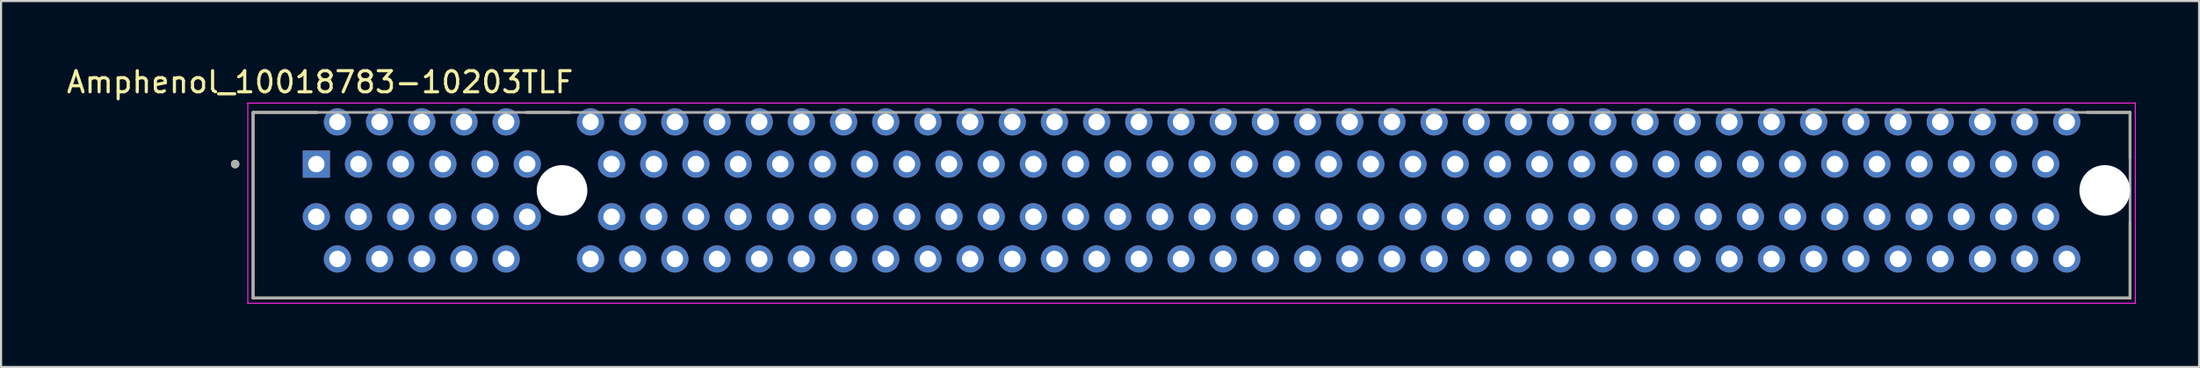
<source format=kicad_pcb>
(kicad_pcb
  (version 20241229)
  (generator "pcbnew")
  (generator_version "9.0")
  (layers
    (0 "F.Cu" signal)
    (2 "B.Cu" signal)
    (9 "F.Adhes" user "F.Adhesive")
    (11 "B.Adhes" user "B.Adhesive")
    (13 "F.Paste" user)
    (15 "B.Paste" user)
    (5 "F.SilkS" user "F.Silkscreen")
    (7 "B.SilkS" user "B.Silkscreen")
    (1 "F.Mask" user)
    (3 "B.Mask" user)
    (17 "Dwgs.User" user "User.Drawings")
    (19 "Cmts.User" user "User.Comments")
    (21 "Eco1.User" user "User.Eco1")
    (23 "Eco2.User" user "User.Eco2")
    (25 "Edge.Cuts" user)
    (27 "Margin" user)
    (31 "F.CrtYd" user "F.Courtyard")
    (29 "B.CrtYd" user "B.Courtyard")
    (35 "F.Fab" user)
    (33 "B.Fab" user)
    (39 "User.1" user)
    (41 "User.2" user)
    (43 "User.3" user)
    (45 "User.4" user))
  (footprint "Amphenol_10018783-10203TLF"
    (layer "F.Cu")
    (at 23.6 5.983)
    (property "Reference" "Amphenol_10018783-10203TLF" (at -11.475 -5.135 0) (layer "F.SilkS") (effects (font (size 1 1) (thickness 0.15))))
    (attr through_hole)
    (fp_line (start -14.65 -3.7) (end -11.614 -3.7) (stroke (width 0.127) (type solid)) (layer "F.SilkS"))
    (fp_line (start -14.65 5.1) (end -14.65 -3.7) (stroke (width 0.127) (type solid)) (layer "F.SilkS"))
    (fp_line (start -1.686 -3.7) (end 0.386 -3.7) (stroke (width 0.127) (type solid)) (layer "F.SilkS"))
    (fp_line (start 72.314 -3.7) (end 74.35 -3.7) (stroke (width 0.127) (type solid)) (layer "F.SilkS"))
    (fp_line (start 74.35 -3.7) (end 74.35 -1.52) (stroke (width 0.127) (type solid)) (layer "F.SilkS"))
    (fp_line (start 74.35 5.1) (end -14.65 5.1) (stroke (width 0.127) (type solid)) (layer "F.SilkS"))
    (fp_line (start 74.35 5.1) (end 74.35 1.52) (stroke (width 0.127) (type solid)) (layer "F.SilkS"))
    (fp_circle (center -15.5 -1.25) (end -15.4 -1.25) (stroke (width 0.2) (type solid)) (fill no) (layer "F.SilkS"))
    (fp_line (start -14.9 -4.144) (end -14.9 5.35) (stroke (width 0.05) (type solid)) (layer "F.CrtYd"))
    (fp_line (start -14.9 5.35) (end 74.6 5.35) (stroke (width 0.05) (type solid)) (layer "F.CrtYd"))
    (fp_line (start 74.6 -4.144) (end -14.9 -4.144) (stroke (width 0.05) (type solid)) (layer "F.CrtYd"))
    (fp_line (start 74.6 5.35) (end 74.6 -4.144) (stroke (width 0.05) (type solid)) (layer "F.CrtYd"))
    (fp_line (start -14.65 -3.7) (end 74.35 -3.7) (stroke (width 0.127) (type solid)) (layer "F.Fab"))
    (fp_line (start -14.65 5.1) (end -14.65 -3.7) (stroke (width 0.127) (type solid)) (layer "F.Fab"))
    (fp_line (start 74.35 -3.7) (end 74.35 5.1) (stroke (width 0.127) (type solid)) (layer "F.Fab"))
    (fp_line (start 74.35 5.1) (end -14.65 5.1) (stroke (width 0.127) (type solid)) (layer "F.Fab"))
    (fp_circle (center -15.5 -1.25) (end -15.4 -1.25) (stroke (width 0.2) (type solid)) (fill no) (layer "F.Fab"))
    (pad "" np_thru_hole circle (at 0 0) (size 2.4 2.4) (drill 2.4) (layers "*.Cu" "*.Mask"))
    (pad "" np_thru_hole circle (at 73.15 0) (size 2.4 2.4) (drill 2.4) (layers "*.Cu" "*.Mask"))
    (pad "A1" thru_hole rect (at -11.65 -1.25) (size 1.288 1.288) (drill 0.78) (layers "*.Cu" "*.Mask"))
    (pad "A2" thru_hole circle (at -10.65 -3.25) (size 1.288 1.288) (drill 0.78) (layers "*.Cu" "*.Mask"))
    (pad "A3" thru_hole circle (at -9.65 -1.25) (size 1.288 1.288) (drill 0.78) (layers "*.Cu" "*.Mask"))
    (pad "A4" thru_hole circle (at -8.65 -3.25) (size 1.288 1.288) (drill 0.78) (layers "*.Cu" "*.Mask"))
    (pad "A5" thru_hole circle (at -7.65 -1.25) (size 1.288 1.288) (drill 0.78) (layers "*.Cu" "*.Mask"))
    (pad "A6" thru_hole circle (at -6.65 -3.25) (size 1.288 1.288) (drill 0.78) (layers "*.Cu" "*.Mask"))
    (pad "A7" thru_hole circle (at -5.65 -1.25) (size 1.288 1.288) (drill 0.78) (layers "*.Cu" "*.Mask"))
    (pad "A8" thru_hole circle (at -4.65 -3.25) (size 1.288 1.288) (drill 0.78) (layers "*.Cu" "*.Mask"))
    (pad "A9" thru_hole circle (at -3.65 -1.25) (size 1.288 1.288) (drill 0.78) (layers "*.Cu" "*.Mask"))
    (pad "A10" thru_hole circle (at -2.65 -3.25) (size 1.288 1.288) (drill 0.78) (layers "*.Cu" "*.Mask"))
    (pad "A11" thru_hole circle (at -1.65 -1.25) (size 1.288 1.288) (drill 0.78) (layers "*.Cu" "*.Mask"))
    (pad "A12" thru_hole circle (at 1.35 -3.25) (size 1.288 1.288) (drill 0.78) (layers "*.Cu" "*.Mask"))
    (pad "A13" thru_hole circle (at 2.35 -1.25) (size 1.288 1.288) (drill 0.78) (layers "*.Cu" "*.Mask"))
    (pad "A14" thru_hole circle (at 3.35 -3.25) (size 1.288 1.288) (drill 0.78) (layers "*.Cu" "*.Mask"))
    (pad "A15" thru_hole circle (at 4.35 -1.25) (size 1.288 1.288) (drill 0.78) (layers "*.Cu" "*.Mask"))
    (pad "A16" thru_hole circle (at 5.35 -3.25) (size 1.288 1.288) (drill 0.78) (layers "*.Cu" "*.Mask"))
    (pad "A17" thru_hole circle (at 6.35 -1.25) (size 1.288 1.288) (drill 0.78) (layers "*.Cu" "*.Mask"))
    (pad "A18" thru_hole circle (at 7.35 -3.25) (size 1.288 1.288) (drill 0.78) (layers "*.Cu" "*.Mask"))
    (pad "A19" thru_hole circle (at 8.35 -1.25) (size 1.288 1.288) (drill 0.78) (layers "*.Cu" "*.Mask"))
    (pad "A20" thru_hole circle (at 9.35 -3.25) (size 1.288 1.288) (drill 0.78) (layers "*.Cu" "*.Mask"))
    (pad "A21" thru_hole circle (at 10.35 -1.25) (size 1.288 1.288) (drill 0.78) (layers "*.Cu" "*.Mask"))
    (pad "A22" thru_hole circle (at 11.35 -3.25) (size 1.288 1.288) (drill 0.78) (layers "*.Cu" "*.Mask"))
    (pad "A23" thru_hole circle (at 12.35 -1.25) (size 1.288 1.288) (drill 0.78) (layers "*.Cu" "*.Mask"))
    (pad "A24" thru_hole circle (at 13.35 -3.25) (size 1.288 1.288) (drill 0.78) (layers "*.Cu" "*.Mask"))
    (pad "A25" thru_hole circle (at 14.35 -1.25) (size 1.288 1.288) (drill 0.78) (layers "*.Cu" "*.Mask"))
    (pad "A26" thru_hole circle (at 15.35 -3.25) (size 1.288 1.288) (drill 0.78) (layers "*.Cu" "*.Mask"))
    (pad "A27" thru_hole circle (at 16.35 -1.25) (size 1.288 1.288) (drill 0.78) (layers "*.Cu" "*.Mask"))
    (pad "A28" thru_hole circle (at 17.35 -3.25) (size 1.288 1.288) (drill 0.78) (layers "*.Cu" "*.Mask"))
    (pad "A29" thru_hole circle (at 18.35 -1.25) (size 1.288 1.288) (drill 0.78) (layers "*.Cu" "*.Mask"))
    (pad "A30" thru_hole circle (at 19.35 -3.25) (size 1.288 1.288) (drill 0.78) (layers "*.Cu" "*.Mask"))
    (pad "A31" thru_hole circle (at 20.35 -1.25) (size 1.288 1.288) (drill 0.78) (layers "*.Cu" "*.Mask"))
    (pad "A32" thru_hole circle (at 21.35 -3.25) (size 1.288 1.288) (drill 0.78) (layers "*.Cu" "*.Mask"))
    (pad "A33" thru_hole circle (at 22.35 -1.25) (size 1.288 1.288) (drill 0.78) (layers "*.Cu" "*.Mask"))
    (pad "A34" thru_hole circle (at 23.35 -3.25) (size 1.288 1.288) (drill 0.78) (layers "*.Cu" "*.Mask"))
    (pad "A35" thru_hole circle (at 24.35 -1.25) (size 1.288 1.288) (drill 0.78) (layers "*.Cu" "*.Mask"))
    (pad "A36" thru_hole circle (at 25.35 -3.25) (size 1.288 1.288) (drill 0.78) (layers "*.Cu" "*.Mask"))
    (pad "A37" thru_hole circle (at 26.35 -1.25) (size 1.288 1.288) (drill 0.78) (layers "*.Cu" "*.Mask"))
    (pad "A38" thru_hole circle (at 27.35 -3.25) (size 1.288 1.288) (drill 0.78) (layers "*.Cu" "*.Mask"))
    (pad "A39" thru_hole circle (at 28.35 -1.25) (size 1.288 1.288) (drill 0.78) (layers "*.Cu" "*.Mask"))
    (pad "A40" thru_hole circle (at 29.35 -3.25) (size 1.288 1.288) (drill 0.78) (layers "*.Cu" "*.Mask"))
    (pad "A41" thru_hole circle (at 30.35 -1.25) (size 1.288 1.288) (drill 0.78) (layers "*.Cu" "*.Mask"))
    (pad "A42" thru_hole circle (at 31.35 -3.25) (size 1.288 1.288) (drill 0.78) (layers "*.Cu" "*.Mask"))
    (pad "A43" thru_hole circle (at 32.35 -1.25) (size 1.288 1.288) (drill 0.78) (layers "*.Cu" "*.Mask"))
    (pad "A44" thru_hole circle (at 33.35 -3.25) (size 1.288 1.288) (drill 0.78) (layers "*.Cu" "*.Mask"))
    (pad "A45" thru_hole circle (at 34.35 -1.25) (size 1.288 1.288) (drill 0.78) (layers "*.Cu" "*.Mask"))
    (pad "A46" thru_hole circle (at 35.35 -3.25) (size 1.288 1.288) (drill 0.78) (layers "*.Cu" "*.Mask"))
    (pad "A47" thru_hole circle (at 36.35 -1.25) (size 1.288 1.288) (drill 0.78) (layers "*.Cu" "*.Mask"))
    (pad "A48" thru_hole circle (at 37.35 -3.25) (size 1.288 1.288) (drill 0.78) (layers "*.Cu" "*.Mask"))
    (pad "A49" thru_hole circle (at 38.35 -1.25) (size 1.288 1.288) (drill 0.78) (layers "*.Cu" "*.Mask"))
    (pad "A50" thru_hole circle (at 39.35 -3.25) (size 1.288 1.288) (drill 0.78) (layers "*.Cu" "*.Mask"))
    (pad "A51" thru_hole circle (at 40.35 -1.25) (size 1.288 1.288) (drill 0.78) (layers "*.Cu" "*.Mask"))
    (pad "A52" thru_hole circle (at 41.35 -3.25) (size 1.288 1.288) (drill 0.78) (layers "*.Cu" "*.Mask"))
    (pad "A53" thru_hole circle (at 42.35 -1.25) (size 1.288 1.288) (drill 0.78) (layers "*.Cu" "*.Mask"))
    (pad "A54" thru_hole circle (at 43.35 -3.25) (size 1.288 1.288) (drill 0.78) (layers "*.Cu" "*.Mask"))
    (pad "A55" thru_hole circle (at 44.35 -1.25) (size 1.288 1.288) (drill 0.78) (layers "*.Cu" "*.Mask"))
    (pad "A56" thru_hole circle (at 45.35 -3.25) (size 1.288 1.288) (drill 0.78) (layers "*.Cu" "*.Mask"))
    (pad "A57" thru_hole circle (at 46.35 -1.25) (size 1.288 1.288) (drill 0.78) (layers "*.Cu" "*.Mask"))
    (pad "A58" thru_hole circle (at 47.35 -3.25) (size 1.288 1.288) (drill 0.78) (layers "*.Cu" "*.Mask"))
    (pad "A59" thru_hole circle (at 48.35 -1.25) (size 1.288 1.288) (drill 0.78) (layers "*.Cu" "*.Mask"))
    (pad "A60" thru_hole circle (at 49.35 -3.25) (size 1.288 1.288) (drill 0.78) (layers "*.Cu" "*.Mask"))
    (pad "A61" thru_hole circle (at 50.35 -1.25) (size 1.288 1.288) (drill 0.78) (layers "*.Cu" "*.Mask"))
    (pad "A62" thru_hole circle (at 51.35 -3.25) (size 1.288 1.288) (drill 0.78) (layers "*.Cu" "*.Mask"))
    (pad "A63" thru_hole circle (at 52.35 -1.25) (size 1.288 1.288) (drill 0.78) (layers "*.Cu" "*.Mask"))
    (pad "A64" thru_hole circle (at 53.35 -3.25) (size 1.288 1.288) (drill 0.78) (layers "*.Cu" "*.Mask"))
    (pad "A65" thru_hole circle (at 54.35 -1.25) (size 1.288 1.288) (drill 0.78) (layers "*.Cu" "*.Mask"))
    (pad "A66" thru_hole circle (at 55.35 -3.25) (size 1.288 1.288) (drill 0.78) (layers "*.Cu" "*.Mask"))
    (pad "A67" thru_hole circle (at 56.35 -1.25) (size 1.288 1.288) (drill 0.78) (layers "*.Cu" "*.Mask"))
    (pad "A68" thru_hole circle (at 57.35 -3.25) (size 1.288 1.288) (drill 0.78) (layers "*.Cu" "*.Mask"))
    (pad "A69" thru_hole circle (at 58.35 -1.25) (size 1.288 1.288) (drill 0.78) (layers "*.Cu" "*.Mask"))
    (pad "A70" thru_hole circle (at 59.35 -3.25) (size 1.288 1.288) (drill 0.78) (layers "*.Cu" "*.Mask"))
    (pad "A71" thru_hole circle (at 60.35 -1.25) (size 1.288 1.288) (drill 0.78) (layers "*.Cu" "*.Mask"))
    (pad "A72" thru_hole circle (at 61.35 -3.25) (size 1.288 1.288) (drill 0.78) (layers "*.Cu" "*.Mask"))
    (pad "A73" thru_hole circle (at 62.35 -1.25) (size 1.288 1.288) (drill 0.78) (layers "*.Cu" "*.Mask"))
    (pad "A74" thru_hole circle (at 63.35 -3.25) (size 1.288 1.288) (drill 0.78) (layers "*.Cu" "*.Mask"))
    (pad "A75" thru_hole circle (at 64.35 -1.25) (size 1.288 1.288) (drill 0.78) (layers "*.Cu" "*.Mask"))
    (pad "A76" thru_hole circle (at 65.35 -3.25) (size 1.288 1.288) (drill 0.78) (layers "*.Cu" "*.Mask"))
    (pad "A77" thru_hole circle (at 66.35 -1.25) (size 1.288 1.288) (drill 0.78) (layers "*.Cu" "*.Mask"))
    (pad "A78" thru_hole circle (at 67.35 -3.25) (size 1.288 1.288) (drill 0.78) (layers "*.Cu" "*.Mask"))
    (pad "A79" thru_hole circle (at 68.35 -1.25) (size 1.288 1.288) (drill 0.78) (layers "*.Cu" "*.Mask"))
    (pad "A80" thru_hole circle (at 69.35 -3.25) (size 1.288 1.288) (drill 0.78) (layers "*.Cu" "*.Mask"))
    (pad "A81" thru_hole circle (at 70.35 -1.25) (size 1.288 1.288) (drill 0.78) (layers "*.Cu" "*.Mask"))
    (pad "A82" thru_hole circle (at 71.35 -3.25) (size 1.288 1.288) (drill 0.78) (layers "*.Cu" "*.Mask"))
    (pad "B1" thru_hole circle (at -11.65 1.25) (size 1.288 1.288) (drill 0.78) (layers "*.Cu" "*.Mask"))
    (pad "B2" thru_hole circle (at -10.65 3.25) (size 1.288 1.288) (drill 0.78) (layers "*.Cu" "*.Mask"))
    (pad "B3" thru_hole circle (at -9.65 1.25) (size 1.288 1.288) (drill 0.78) (layers "*.Cu" "*.Mask"))
    (pad "B4" thru_hole circle (at -8.65 3.25) (size 1.288 1.288) (drill 0.78) (layers "*.Cu" "*.Mask"))
    (pad "B5" thru_hole circle (at -7.65 1.25) (size 1.288 1.288) (drill 0.78) (layers "*.Cu" "*.Mask"))
    (pad "B6" thru_hole circle (at -6.65 3.25) (size 1.288 1.288) (drill 0.78) (layers "*.Cu" "*.Mask"))
    (pad "B7" thru_hole circle (at -5.65 1.25) (size 1.288 1.288) (drill 0.78) (layers "*.Cu" "*.Mask"))
    (pad "B8" thru_hole circle (at -4.65 3.25) (size 1.288 1.288) (drill 0.78) (layers "*.Cu" "*.Mask"))
    (pad "B9" thru_hole circle (at -3.65 1.25) (size 1.288 1.288) (drill 0.78) (layers "*.Cu" "*.Mask"))
    (pad "B10" thru_hole circle (at -2.65 3.25) (size 1.288 1.288) (drill 0.78) (layers "*.Cu" "*.Mask"))
    (pad "B11" thru_hole circle (at -1.65 1.25) (size 1.288 1.288) (drill 0.78) (layers "*.Cu" "*.Mask"))
    (pad "B12" thru_hole circle (at 1.35 3.25) (size 1.288 1.288) (drill 0.78) (layers "*.Cu" "*.Mask"))
    (pad "B13" thru_hole circle (at 2.35 1.25) (size 1.288 1.288) (drill 0.78) (layers "*.Cu" "*.Mask"))
    (pad "B14" thru_hole circle (at 3.35 3.25) (size 1.288 1.288) (drill 0.78) (layers "*.Cu" "*.Mask"))
    (pad "B15" thru_hole circle (at 4.35 1.25) (size 1.288 1.288) (drill 0.78) (layers "*.Cu" "*.Mask"))
    (pad "B16" thru_hole circle (at 5.35 3.25) (size 1.288 1.288) (drill 0.78) (layers "*.Cu" "*.Mask"))
    (pad "B17" thru_hole circle (at 6.35 1.25) (size 1.288 1.288) (drill 0.78) (layers "*.Cu" "*.Mask"))
    (pad "B18" thru_hole circle (at 7.35 3.25) (size 1.288 1.288) (drill 0.78) (layers "*.Cu" "*.Mask"))
    (pad "B19" thru_hole circle (at 8.35 1.25) (size 1.288 1.288) (drill 0.78) (layers "*.Cu" "*.Mask"))
    (pad "B20" thru_hole circle (at 9.35 3.25) (size 1.288 1.288) (drill 0.78) (layers "*.Cu" "*.Mask"))
    (pad "B21" thru_hole circle (at 10.35 1.25) (size 1.288 1.288) (drill 0.78) (layers "*.Cu" "*.Mask"))
    (pad "B22" thru_hole circle (at 11.35 3.25) (size 1.288 1.288) (drill 0.78) (layers "*.Cu" "*.Mask"))
    (pad "B23" thru_hole circle (at 12.35 1.25) (size 1.288 1.288) (drill 0.78) (layers "*.Cu" "*.Mask"))
    (pad "B24" thru_hole circle (at 13.35 3.25) (size 1.288 1.288) (drill 0.78) (layers "*.Cu" "*.Mask"))
    (pad "B25" thru_hole circle (at 14.35 1.25) (size 1.288 1.288) (drill 0.78) (layers "*.Cu" "*.Mask"))
    (pad "B26" thru_hole circle (at 15.35 3.25) (size 1.288 1.288) (drill 0.78) (layers "*.Cu" "*.Mask"))
    (pad "B27" thru_hole circle (at 16.35 1.25) (size 1.288 1.288) (drill 0.78) (layers "*.Cu" "*.Mask"))
    (pad "B28" thru_hole circle (at 17.35 3.25) (size 1.288 1.288) (drill 0.78) (layers "*.Cu" "*.Mask"))
    (pad "B29" thru_hole circle (at 18.35 1.25) (size 1.288 1.288) (drill 0.78) (layers "*.Cu" "*.Mask"))
    (pad "B30" thru_hole circle (at 19.35 3.25) (size 1.288 1.288) (drill 0.78) (layers "*.Cu" "*.Mask"))
    (pad "B31" thru_hole circle (at 20.35 1.25) (size 1.288 1.288) (drill 0.78) (layers "*.Cu" "*.Mask"))
    (pad "B32" thru_hole circle (at 21.35 3.25) (size 1.288 1.288) (drill 0.78) (layers "*.Cu" "*.Mask"))
    (pad "B33" thru_hole circle (at 22.35 1.25) (size 1.288 1.288) (drill 0.78) (layers "*.Cu" "*.Mask"))
    (pad "B34" thru_hole circle (at 23.35 3.25) (size 1.288 1.288) (drill 0.78) (layers "*.Cu" "*.Mask"))
    (pad "B35" thru_hole circle (at 24.35 1.25) (size 1.288 1.288) (drill 0.78) (layers "*.Cu" "*.Mask"))
    (pad "B36" thru_hole circle (at 25.35 3.25) (size 1.288 1.288) (drill 0.78) (layers "*.Cu" "*.Mask"))
    (pad "B37" thru_hole circle (at 26.35 1.25) (size 1.288 1.288) (drill 0.78) (layers "*.Cu" "*.Mask"))
    (pad "B38" thru_hole circle (at 27.35 3.25) (size 1.288 1.288) (drill 0.78) (layers "*.Cu" "*.Mask"))
    (pad "B39" thru_hole circle (at 28.35 1.25) (size 1.288 1.288) (drill 0.78) (layers "*.Cu" "*.Mask"))
    (pad "B40" thru_hole circle (at 29.35 3.25) (size 1.288 1.288) (drill 0.78) (layers "*.Cu" "*.Mask"))
    (pad "B41" thru_hole circle (at 30.35 1.25) (size 1.288 1.288) (drill 0.78) (layers "*.Cu" "*.Mask"))
    (pad "B42" thru_hole circle (at 31.35 3.25) (size 1.288 1.288) (drill 0.78) (layers "*.Cu" "*.Mask"))
    (pad "B43" thru_hole circle (at 32.35 1.25) (size 1.288 1.288) (drill 0.78) (layers "*.Cu" "*.Mask"))
    (pad "B44" thru_hole circle (at 33.35 3.25) (size 1.288 1.288) (drill 0.78) (layers "*.Cu" "*.Mask"))
    (pad "B45" thru_hole circle (at 34.35 1.25) (size 1.288 1.288) (drill 0.78) (layers "*.Cu" "*.Mask"))
    (pad "B46" thru_hole circle (at 35.35 3.25) (size 1.288 1.288) (drill 0.78) (layers "*.Cu" "*.Mask"))
    (pad "B47" thru_hole circle (at 36.35 1.25) (size 1.288 1.288) (drill 0.78) (layers "*.Cu" "*.Mask"))
    (pad "B48" thru_hole circle (at 37.35 3.25) (size 1.288 1.288) (drill 0.78) (layers "*.Cu" "*.Mask"))
    (pad "B49" thru_hole circle (at 38.35 1.25) (size 1.288 1.288) (drill 0.78) (layers "*.Cu" "*.Mask"))
    (pad "B50" thru_hole circle (at 39.35 3.25) (size 1.288 1.288) (drill 0.78) (layers "*.Cu" "*.Mask"))
    (pad "B51" thru_hole circle (at 40.35 1.25) (size 1.288 1.288) (drill 0.78) (layers "*.Cu" "*.Mask"))
    (pad "B52" thru_hole circle (at 41.35 3.25) (size 1.288 1.288) (drill 0.78) (layers "*.Cu" "*.Mask"))
    (pad "B53" thru_hole circle (at 42.35 1.25) (size 1.288 1.288) (drill 0.78) (layers "*.Cu" "*.Mask"))
    (pad "B54" thru_hole circle (at 43.35 3.25) (size 1.288 1.288) (drill 0.78) (layers "*.Cu" "*.Mask"))
    (pad "B55" thru_hole circle (at 44.35 1.25) (size 1.288 1.288) (drill 0.78) (layers "*.Cu" "*.Mask"))
    (pad "B56" thru_hole circle (at 45.35 3.25) (size 1.288 1.288) (drill 0.78) (layers "*.Cu" "*.Mask"))
    (pad "B57" thru_hole circle (at 46.35 1.25) (size 1.288 1.288) (drill 0.78) (layers "*.Cu" "*.Mask"))
    (pad "B58" thru_hole circle (at 47.35 3.25) (size 1.288 1.288) (drill 0.78) (layers "*.Cu" "*.Mask"))
    (pad "B59" thru_hole circle (at 48.35 1.25) (size 1.288 1.288) (drill 0.78) (layers "*.Cu" "*.Mask"))
    (pad "B60" thru_hole circle (at 49.35 3.25) (size 1.288 1.288) (drill 0.78) (layers "*.Cu" "*.Mask"))
    (pad "B61" thru_hole circle (at 50.35 1.25) (size 1.288 1.288) (drill 0.78) (layers "*.Cu" "*.Mask"))
    (pad "B62" thru_hole circle (at 51.35 3.25) (size 1.288 1.288) (drill 0.78) (layers "*.Cu" "*.Mask"))
    (pad "B63" thru_hole circle (at 52.35 1.25) (size 1.288 1.288) (drill 0.78) (layers "*.Cu" "*.Mask"))
    (pad "B64" thru_hole circle (at 53.35 3.25) (size 1.288 1.288) (drill 0.78) (layers "*.Cu" "*.Mask"))
    (pad "B65" thru_hole circle (at 54.35 1.25) (size 1.288 1.288) (drill 0.78) (layers "*.Cu" "*.Mask"))
    (pad "B66" thru_hole circle (at 55.35 3.25) (size 1.288 1.288) (drill 0.78) (layers "*.Cu" "*.Mask"))
    (pad "B67" thru_hole circle (at 56.35 1.25) (size 1.288 1.288) (drill 0.78) (layers "*.Cu" "*.Mask"))
    (pad "B68" thru_hole circle (at 57.35 3.25) (size 1.288 1.288) (drill 0.78) (layers "*.Cu" "*.Mask"))
    (pad "B69" thru_hole circle (at 58.35 1.25) (size 1.288 1.288) (drill 0.78) (layers "*.Cu" "*.Mask"))
    (pad "B70" thru_hole circle (at 59.35 3.25) (size 1.288 1.288) (drill 0.78) (layers "*.Cu" "*.Mask"))
    (pad "B71" thru_hole circle (at 60.35 1.25) (size 1.288 1.288) (drill 0.78) (layers "*.Cu" "*.Mask"))
    (pad "B72" thru_hole circle (at 61.35 3.25) (size 1.288 1.288) (drill 0.78) (layers "*.Cu" "*.Mask"))
    (pad "B73" thru_hole circle (at 62.35 1.25) (size 1.288 1.288) (drill 0.78) (layers "*.Cu" "*.Mask"))
    (pad "B74" thru_hole circle (at 63.35 3.25) (size 1.288 1.288) (drill 0.78) (layers "*.Cu" "*.Mask"))
    (pad "B75" thru_hole circle (at 64.35 1.25) (size 1.288 1.288) (drill 0.78) (layers "*.Cu" "*.Mask"))
    (pad "B76" thru_hole circle (at 65.35 3.25) (size 1.288 1.288) (drill 0.78) (layers "*.Cu" "*.Mask"))
    (pad "B77" thru_hole circle (at 66.35 1.25) (size 1.288 1.288) (drill 0.78) (layers "*.Cu" "*.Mask"))
    (pad "B78" thru_hole circle (at 67.35 3.25) (size 1.288 1.288) (drill 0.78) (layers "*.Cu" "*.Mask"))
    (pad "B79" thru_hole circle (at 68.35 1.25) (size 1.288 1.288) (drill 0.78) (layers "*.Cu" "*.Mask"))
    (pad "B80" thru_hole circle (at 69.35 3.25) (size 1.288 1.288) (drill 0.78) (layers "*.Cu" "*.Mask"))
    (pad "B81" thru_hole circle (at 70.35 1.25) (size 1.288 1.288) (drill 0.78) (layers "*.Cu" "*.Mask"))
    (pad "B82" thru_hole circle (at 71.35 3.25) (size 1.288 1.288) (drill 0.78) (layers "*.Cu" "*.Mask")))
  (gr_rect
    (start -3 -3)
    (end 101.225 14.358)
    (stroke (width 0.1) (type default))
    (fill no)
    (layer "Edge.Cuts")))
</source>
